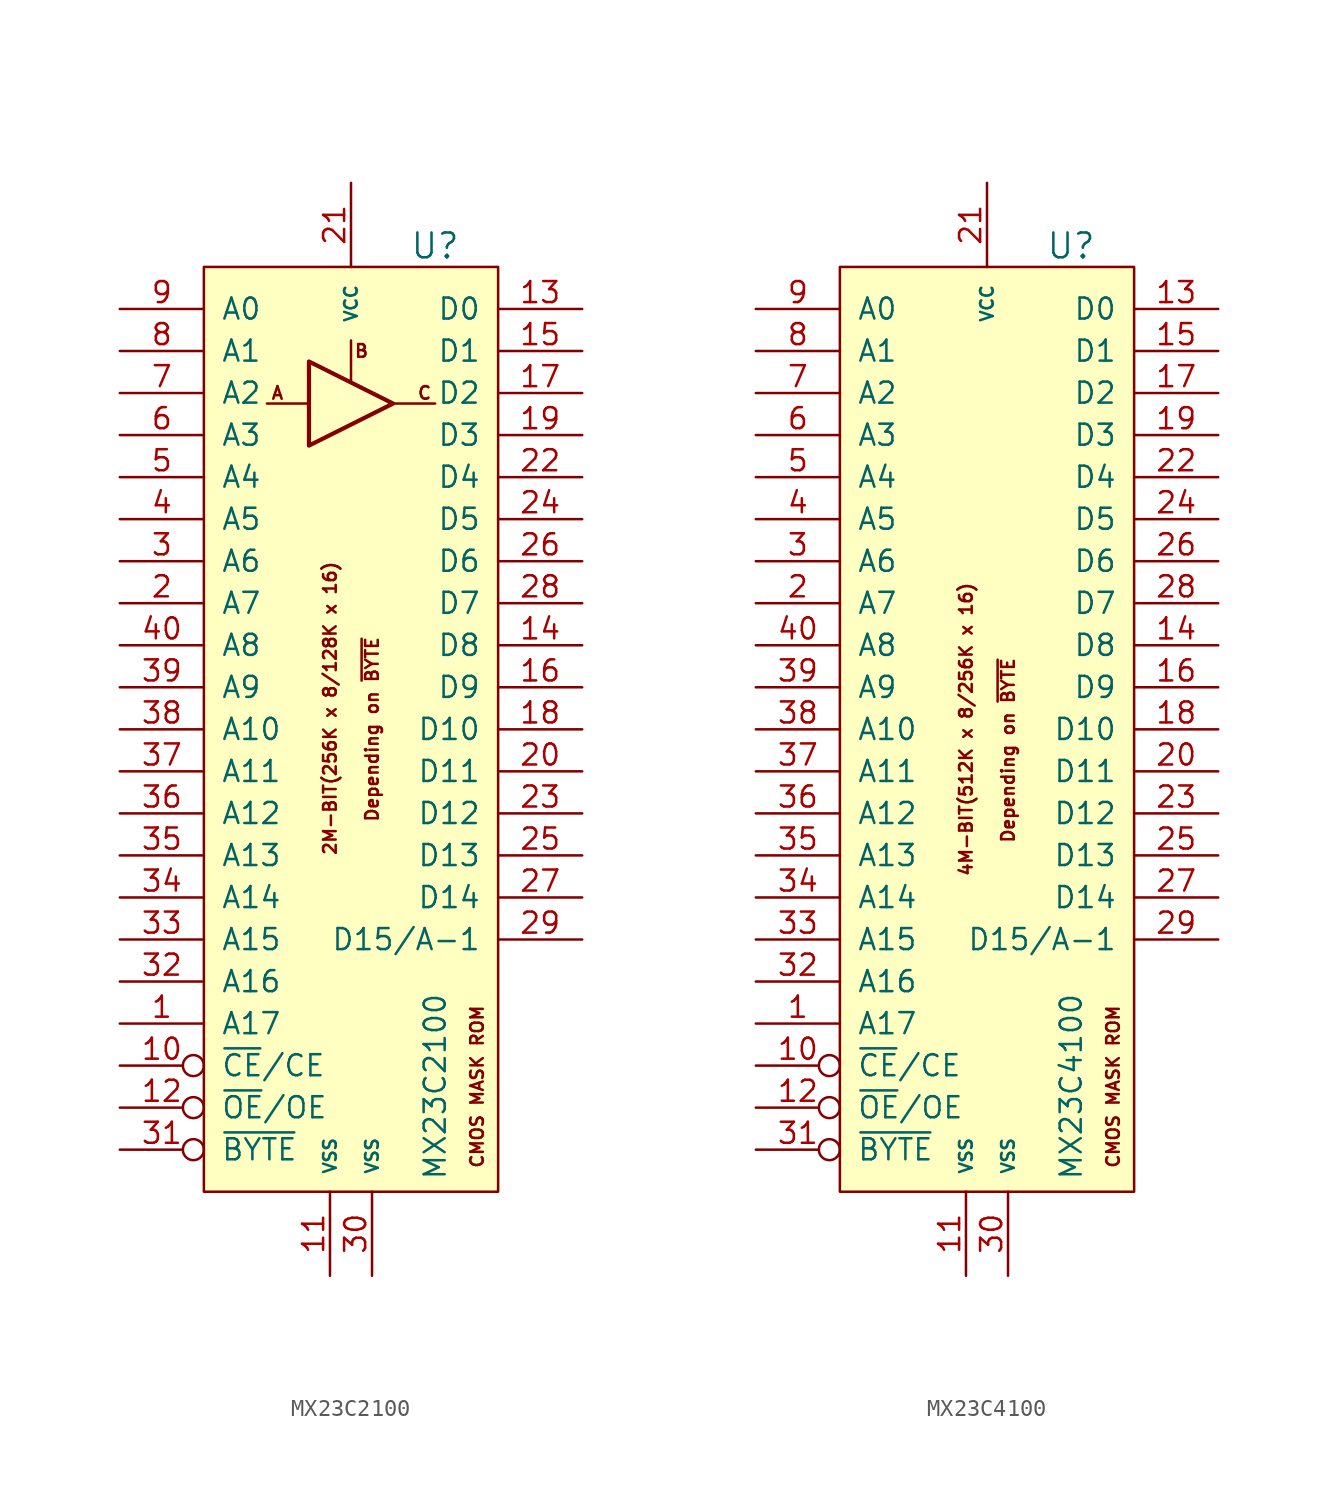
<source format=kicad_sym>
(kicad_symbol_lib
  (version 20231120)
  (generator "kicad_symbol_editor")
  (generator_version "8.0")
  (symbol "MX23C2100"
    (pin_names
      (offset 1.016))
    (property "Reference" "U"
      (at 5.08 27.94 0)
      (effects (font (size 1.499 1.499))))
    (property "Value" "MX23C2100"
      (at 5.08 -22.86 90)
      (effects (font (size 1.27 1.27))))
    (symbol "MX23C2100_0_0"
      (rectangle (start -8.89 26.67) (end 8.89 -29.21) (stroke (width 0) (type default)) (fill (type background)))
      (polyline (pts (xy -5.08 18.415) (xy -2.54 18.415)) (stroke (width 0.152) (type default)) (fill (type none)))
      (polyline (pts (xy 0 19.685) (xy 0 22.225)) (stroke (width 0.152) (type default)) (fill (type none)))
      (polyline (pts (xy 2.54 18.415) (xy 5.08 18.415)) (stroke (width 0.152) (type default)) (fill (type none)))
      (text "2M-BIT(256K x 8/128K x 16)" (at -1.27 0 900) (effects (font (size 0.762 0.762))))
      (text "A" (at -4.445 19.05 0) (effects (font (size 0.762 0.762))))
      (text "B" (at 0.635 21.59 0) (effects (font (size 0.762 0.762))))
      (text "C" (at 4.445 19.05 0) (effects (font (size 0.762 0.762))))
      (text "CMOS MASK ROM" (at 7.62 -22.86 900) (effects (font (size 0.762 0.762))))
      (text "Depending on ~{BYTE}" (at 1.27 -1.27 900) (effects (font (size 0.762 0.762)))))
    (symbol "MX23C2100_0_1"
      (polyline (pts (xy 2.54 18.415) (xy -2.54 20.955) (xy -2.54 15.875) (xy 2.54 18.415)) (stroke (width 0.254) (type default)) (fill (type background))))
    (symbol "MX23C2100_1_1"
      (pin input line (at -13.97 -19.05 0) (length 5.08) (name "A17" (effects (font (size 1.27 1.27)))) (number "1" (effects (font (size 1.27 1.27)))))
      (pin input inverted (at -13.97 -21.59 0) (length 5.08) (name "~{CE}/CE" (effects (font (size 1.27 1.27)))) (number "10" (effects (font (size 1.27 1.27)))))
      (pin power_in line (at -1.27 -34.29 90) (length 5.08) (name "VSS" (effects (font (size 0.762 0.762)))) (number "11" (effects (font (size 1.27 1.27)))))
      (pin input inverted (at -13.97 -24.13 0) (length 5.08) (name "~{OE}/OE" (effects (font (size 1.27 1.27)))) (number "12" (effects (font (size 1.27 1.27)))))
      (pin tri_state line (at 13.97 24.13 180) (length 5.08) (name "D0" (effects (font (size 1.27 1.27)))) (number "13" (effects (font (size 1.27 1.27)))))
      (pin tri_state line (at 13.97 3.81 180) (length 5.08) (name "D8" (effects (font (size 1.27 1.27)))) (number "14" (effects (font (size 1.27 1.27)))))
      (pin tri_state line (at 13.97 21.59 180) (length 5.08) (name "D1" (effects (font (size 1.27 1.27)))) (number "15" (effects (font (size 1.27 1.27)))))
      (pin tri_state line (at 13.97 1.27 180) (length 5.08) (name "D9" (effects (font (size 1.27 1.27)))) (number "16" (effects (font (size 1.27 1.27)))))
      (pin tri_state line (at 13.97 19.05 180) (length 5.08) (name "D2" (effects (font (size 1.27 1.27)))) (number "17" (effects (font (size 1.27 1.27)))))
      (pin tri_state line (at 13.97 -1.27 180) (length 5.08) (name "D10" (effects (font (size 1.27 1.27)))) (number "18" (effects (font (size 1.27 1.27)))))
      (pin tri_state line (at 13.97 16.51 180) (length 5.08) (name "D3" (effects (font (size 1.27 1.27)))) (number "19" (effects (font (size 1.27 1.27)))))
      (pin input line (at -13.97 6.35 0) (length 5.08) (name "A7" (effects (font (size 1.27 1.27)))) (number "2" (effects (font (size 1.27 1.27)))))
      (pin tri_state line (at 13.97 -3.81 180) (length 5.08) (name "D11" (effects (font (size 1.27 1.27)))) (number "20" (effects (font (size 1.27 1.27)))))
      (pin power_in line (at 0 31.75 270) (length 5.08) (name "VCC" (effects (font (size 0.762 0.762)))) (number "21" (effects (font (size 1.27 1.27)))))
      (pin tri_state line (at 13.97 13.97 180) (length 5.08) (name "D4" (effects (font (size 1.27 1.27)))) (number "22" (effects (font (size 1.27 1.27)))))
      (pin tri_state line (at 13.97 -6.35 180) (length 5.08) (name "D12" (effects (font (size 1.27 1.27)))) (number "23" (effects (font (size 1.27 1.27)))))
      (pin tri_state line (at 13.97 11.43 180) (length 5.08) (name "D5" (effects (font (size 1.27 1.27)))) (number "24" (effects (font (size 1.27 1.27)))))
      (pin tri_state line (at 13.97 -8.89 180) (length 5.08) (name "D13" (effects (font (size 1.27 1.27)))) (number "25" (effects (font (size 1.27 1.27)))))
      (pin tri_state line (at 13.97 8.89 180) (length 5.08) (name "D6" (effects (font (size 1.27 1.27)))) (number "26" (effects (font (size 1.27 1.27)))))
      (pin tri_state line (at 13.97 -11.43 180) (length 5.08) (name "D14" (effects (font (size 1.27 1.27)))) (number "27" (effects (font (size 1.27 1.27)))))
      (pin tri_state line (at 13.97 6.35 180) (length 5.08) (name "D7" (effects (font (size 1.27 1.27)))) (number "28" (effects (font (size 1.27 1.27)))))
      (pin tri_state line (at 13.97 -13.97 180) (length 5.08) (name "D15/A-1" (effects (font (size 1.27 1.27)))) (number "29" (effects (font (size 1.27 1.27)))))
      (pin input line (at -13.97 8.89 0) (length 5.08) (name "A6" (effects (font (size 1.27 1.27)))) (number "3" (effects (font (size 1.27 1.27)))))
      (pin power_in line (at 1.27 -34.29 90) (length 5.08) (name "VSS" (effects (font (size 0.762 0.762)))) (number "30" (effects (font (size 1.27 1.27)))))
      (pin input inverted (at -13.97 -26.67 0) (length 5.08) (name "~{BYTE}" (effects (font (size 1.27 1.27)))) (number "31" (effects (font (size 1.27 1.27)))))
      (pin input line (at -13.97 -16.51 0) (length 5.08) (name "A16" (effects (font (size 1.27 1.27)))) (number "32" (effects (font (size 1.27 1.27)))))
      (pin input line (at -13.97 -13.97 0) (length 5.08) (name "A15" (effects (font (size 1.27 1.27)))) (number "33" (effects (font (size 1.27 1.27)))))
      (pin input line (at -13.97 -11.43 0) (length 5.08) (name "A14" (effects (font (size 1.27 1.27)))) (number "34" (effects (font (size 1.27 1.27)))))
      (pin input line (at -13.97 -8.89 0) (length 5.08) (name "A13" (effects (font (size 1.27 1.27)))) (number "35" (effects (font (size 1.27 1.27)))))
      (pin input line (at -13.97 -6.35 0) (length 5.08) (name "A12" (effects (font (size 1.27 1.27)))) (number "36" (effects (font (size 1.27 1.27)))))
      (pin input line (at -13.97 -3.81 0) (length 5.08) (name "A11" (effects (font (size 1.27 1.27)))) (number "37" (effects (font (size 1.27 1.27)))))
      (pin input line (at -13.97 -1.27 0) (length 5.08) (name "A10" (effects (font (size 1.27 1.27)))) (number "38" (effects (font (size 1.27 1.27)))))
      (pin input line (at -13.97 1.27 0) (length 5.08) (name "A9" (effects (font (size 1.27 1.27)))) (number "39" (effects (font (size 1.27 1.27)))))
      (pin input line (at -13.97 11.43 0) (length 5.08) (name "A5" (effects (font (size 1.27 1.27)))) (number "4" (effects (font (size 1.27 1.27)))))
      (pin input line (at -13.97 3.81 0) (length 5.08) (name "A8" (effects (font (size 1.27 1.27)))) (number "40" (effects (font (size 1.27 1.27)))))
      (pin input line (at -13.97 13.97 0) (length 5.08) (name "A4" (effects (font (size 1.27 1.27)))) (number "5" (effects (font (size 1.27 1.27)))))
      (pin input line (at -13.97 16.51 0) (length 5.08) (name "A3" (effects (font (size 1.27 1.27)))) (number "6" (effects (font (size 1.27 1.27)))))
      (pin input line (at -13.97 19.05 0) (length 5.08) (name "A2" (effects (font (size 1.27 1.27)))) (number "7" (effects (font (size 1.27 1.27)))))
      (pin input line (at -13.97 21.59 0) (length 5.08) (name "A1" (effects (font (size 1.27 1.27)))) (number "8" (effects (font (size 1.27 1.27)))))
      (pin input line (at -13.97 24.13 0) (length 5.08) (name "A0" (effects (font (size 1.27 1.27)))) (number "9" (effects (font (size 1.27 1.27)))))))
  (symbol "MX23C4100"
    (pin_names
      (offset 1.016))
    (property "Reference" "U"
      (at 5.08 30.48 0)
      (effects (font (size 1.499 1.499))))
    (property "Value" "MX23C4100"
      (at 5.08 -20.32 90)
      (effects (font (size 1.27 1.27))))
    (symbol "MX23C4100_0_0"
      (rectangle (start -8.89 29.21) (end 8.89 -26.67) (stroke (width 0) (type default)) (fill (type background)))
      (text "4M-BIT(512K x 8/256K x 16)" (at -1.27 1.27 900) (effects (font (size 0.762 0.762))))
      (text "CMOS MASK ROM" (at 7.62 -20.32 900) (effects (font (size 0.762 0.762))))
      (text "Depending on ~{BYTE}" (at 1.27 0 900) (effects (font (size 0.762 0.762)))))
    (symbol "MX23C4100_1_1"
      (pin input line (at -13.97 -16.51 0) (length 5.08) (name "A17" (effects (font (size 1.27 1.27)))) (number "1" (effects (font (size 1.27 1.27)))))
      (pin input inverted (at -13.97 -19.05 0) (length 5.08) (name "~{CE}/CE" (effects (font (size 1.27 1.27)))) (number "10" (effects (font (size 1.27 1.27)))))
      (pin power_in line (at -1.27 -31.75 90) (length 5.08) (name "VSS" (effects (font (size 0.762 0.762)))) (number "11" (effects (font (size 1.27 1.27)))))
      (pin input inverted (at -13.97 -21.59 0) (length 5.08) (name "~{OE}/OE" (effects (font (size 1.27 1.27)))) (number "12" (effects (font (size 1.27 1.27)))))
      (pin tri_state line (at 13.97 26.67 180) (length 5.08) (name "D0" (effects (font (size 1.27 1.27)))) (number "13" (effects (font (size 1.27 1.27)))))
      (pin tri_state line (at 13.97 6.35 180) (length 5.08) (name "D8" (effects (font (size 1.27 1.27)))) (number "14" (effects (font (size 1.27 1.27)))))
      (pin tri_state line (at 13.97 24.13 180) (length 5.08) (name "D1" (effects (font (size 1.27 1.27)))) (number "15" (effects (font (size 1.27 1.27)))))
      (pin tri_state line (at 13.97 3.81 180) (length 5.08) (name "D9" (effects (font (size 1.27 1.27)))) (number "16" (effects (font (size 1.27 1.27)))))
      (pin tri_state line (at 13.97 21.59 180) (length 5.08) (name "D2" (effects (font (size 1.27 1.27)))) (number "17" (effects (font (size 1.27 1.27)))))
      (pin tri_state line (at 13.97 1.27 180) (length 5.08) (name "D10" (effects (font (size 1.27 1.27)))) (number "18" (effects (font (size 1.27 1.27)))))
      (pin tri_state line (at 13.97 19.05 180) (length 5.08) (name "D3" (effects (font (size 1.27 1.27)))) (number "19" (effects (font (size 1.27 1.27)))))
      (pin input line (at -13.97 8.89 0) (length 5.08) (name "A7" (effects (font (size 1.27 1.27)))) (number "2" (effects (font (size 1.27 1.27)))))
      (pin tri_state line (at 13.97 -1.27 180) (length 5.08) (name "D11" (effects (font (size 1.27 1.27)))) (number "20" (effects (font (size 1.27 1.27)))))
      (pin power_in line (at 0 34.29 270) (length 5.08) (name "VCC" (effects (font (size 0.762 0.762)))) (number "21" (effects (font (size 1.27 1.27)))))
      (pin tri_state line (at 13.97 16.51 180) (length 5.08) (name "D4" (effects (font (size 1.27 1.27)))) (number "22" (effects (font (size 1.27 1.27)))))
      (pin tri_state line (at 13.97 -3.81 180) (length 5.08) (name "D12" (effects (font (size 1.27 1.27)))) (number "23" (effects (font (size 1.27 1.27)))))
      (pin tri_state line (at 13.97 13.97 180) (length 5.08) (name "D5" (effects (font (size 1.27 1.27)))) (number "24" (effects (font (size 1.27 1.27)))))
      (pin tri_state line (at 13.97 -6.35 180) (length 5.08) (name "D13" (effects (font (size 1.27 1.27)))) (number "25" (effects (font (size 1.27 1.27)))))
      (pin tri_state line (at 13.97 11.43 180) (length 5.08) (name "D6" (effects (font (size 1.27 1.27)))) (number "26" (effects (font (size 1.27 1.27)))))
      (pin tri_state line (at 13.97 -8.89 180) (length 5.08) (name "D14" (effects (font (size 1.27 1.27)))) (number "27" (effects (font (size 1.27 1.27)))))
      (pin tri_state line (at 13.97 8.89 180) (length 5.08) (name "D7" (effects (font (size 1.27 1.27)))) (number "28" (effects (font (size 1.27 1.27)))))
      (pin tri_state line (at 13.97 -11.43 180) (length 5.08) (name "D15/A-1" (effects (font (size 1.27 1.27)))) (number "29" (effects (font (size 1.27 1.27)))))
      (pin input line (at -13.97 11.43 0) (length 5.08) (name "A6" (effects (font (size 1.27 1.27)))) (number "3" (effects (font (size 1.27 1.27)))))
      (pin power_in line (at 1.27 -31.75 90) (length 5.08) (name "VSS" (effects (font (size 0.762 0.762)))) (number "30" (effects (font (size 1.27 1.27)))))
      (pin input inverted (at -13.97 -24.13 0) (length 5.08) (name "~{BYTE}" (effects (font (size 1.27 1.27)))) (number "31" (effects (font (size 1.27 1.27)))))
      (pin input line (at -13.97 -13.97 0) (length 5.08) (name "A16" (effects (font (size 1.27 1.27)))) (number "32" (effects (font (size 1.27 1.27)))))
      (pin input line (at -13.97 -11.43 0) (length 5.08) (name "A15" (effects (font (size 1.27 1.27)))) (number "33" (effects (font (size 1.27 1.27)))))
      (pin input line (at -13.97 -8.89 0) (length 5.08) (name "A14" (effects (font (size 1.27 1.27)))) (number "34" (effects (font (size 1.27 1.27)))))
      (pin input line (at -13.97 -6.35 0) (length 5.08) (name "A13" (effects (font (size 1.27 1.27)))) (number "35" (effects (font (size 1.27 1.27)))))
      (pin input line (at -13.97 -3.81 0) (length 5.08) (name "A12" (effects (font (size 1.27 1.27)))) (number "36" (effects (font (size 1.27 1.27)))))
      (pin input line (at -13.97 -1.27 0) (length 5.08) (name "A11" (effects (font (size 1.27 1.27)))) (number "37" (effects (font (size 1.27 1.27)))))
      (pin input line (at -13.97 1.27 0) (length 5.08) (name "A10" (effects (font (size 1.27 1.27)))) (number "38" (effects (font (size 1.27 1.27)))))
      (pin input line (at -13.97 3.81 0) (length 5.08) (name "A9" (effects (font (size 1.27 1.27)))) (number "39" (effects (font (size 1.27 1.27)))))
      (pin input line (at -13.97 13.97 0) (length 5.08) (name "A5" (effects (font (size 1.27 1.27)))) (number "4" (effects (font (size 1.27 1.27)))))
      (pin input line (at -13.97 6.35 0) (length 5.08) (name "A8" (effects (font (size 1.27 1.27)))) (number "40" (effects (font (size 1.27 1.27)))))
      (pin input line (at -13.97 16.51 0) (length 5.08) (name "A4" (effects (font (size 1.27 1.27)))) (number "5" (effects (font (size 1.27 1.27)))))
      (pin input line (at -13.97 19.05 0) (length 5.08) (name "A3" (effects (font (size 1.27 1.27)))) (number "6" (effects (font (size 1.27 1.27)))))
      (pin input line (at -13.97 21.59 0) (length 5.08) (name "A2" (effects (font (size 1.27 1.27)))) (number "7" (effects (font (size 1.27 1.27)))))
      (pin input line (at -13.97 24.13 0) (length 5.08) (name "A1" (effects (font (size 1.27 1.27)))) (number "8" (effects (font (size 1.27 1.27)))))
      (pin input line (at -13.97 26.67 0) (length 5.08) (name "A0" (effects (font (size 1.27 1.27)))) (number "9" (effects (font (size 1.27 1.27))))))))
</source>
